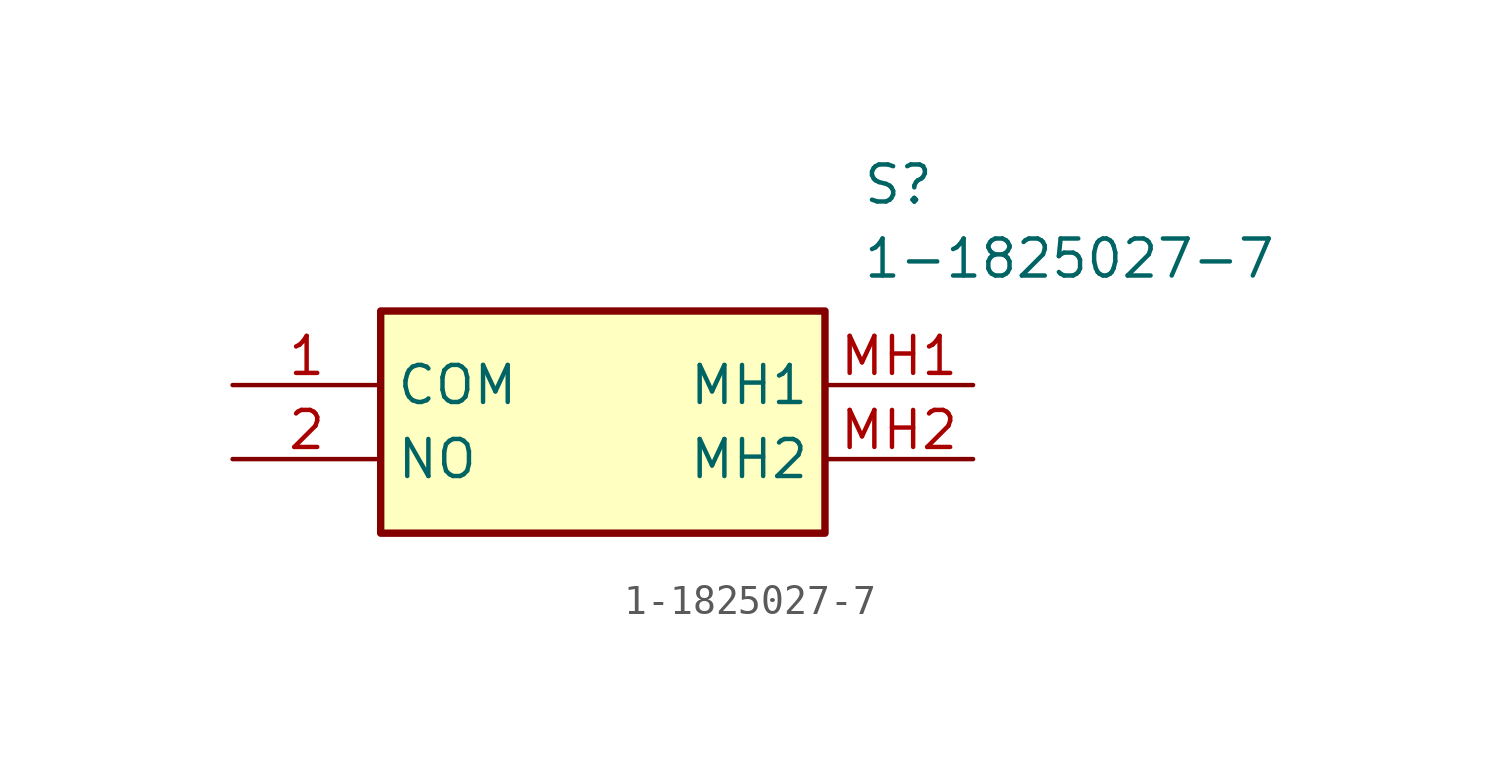
<source format=kicad_sym>
(kicad_symbol_lib
  (version 20211014)
  (generator SamacSys_ECAD_Model)
  (symbol "1-1825027-7"
    (property "Reference" "S"
      (at 21.59 7.62 0)
      (effects (font (size 1.27 1.27)) (justify left top)))
    (property "Value" "1-1825027-7"
      (at 21.59 5.08 0)
      (effects (font (size 1.27 1.27)) (justify left top)))
    (rectangle
      (start 5.08 2.54)
      (end 20.32 -5.08)
      (stroke (width 0.254) (type default))
      (fill (type background)))
    (pin passive line
      (at 0 0 0)
      (length 5.08)
      (name "COM" (effects (font (size 1.27 1.27))))
      (number "1" (effects (font (size 1.27 1.27)))))
    (pin passive line
      (at 0 -2.54 0)
      (length 5.08)
      (name "NO" (effects (font (size 1.27 1.27))))
      (number "2" (effects (font (size 1.27 1.27)))))
    (pin passive line
      (at 25.4 0 180)
      (length 5.08)
      (name "MH1" (effects (font (size 1.27 1.27))))
      (number "MH1" (effects (font (size 1.27 1.27)))))
    (pin passive line
      (at 25.4 -2.54 180)
      (length 5.08)
      (name "MH2" (effects (font (size 1.27 1.27))))
      (number "MH2" (effects (font (size 1.27 1.27)))))))
</source>
